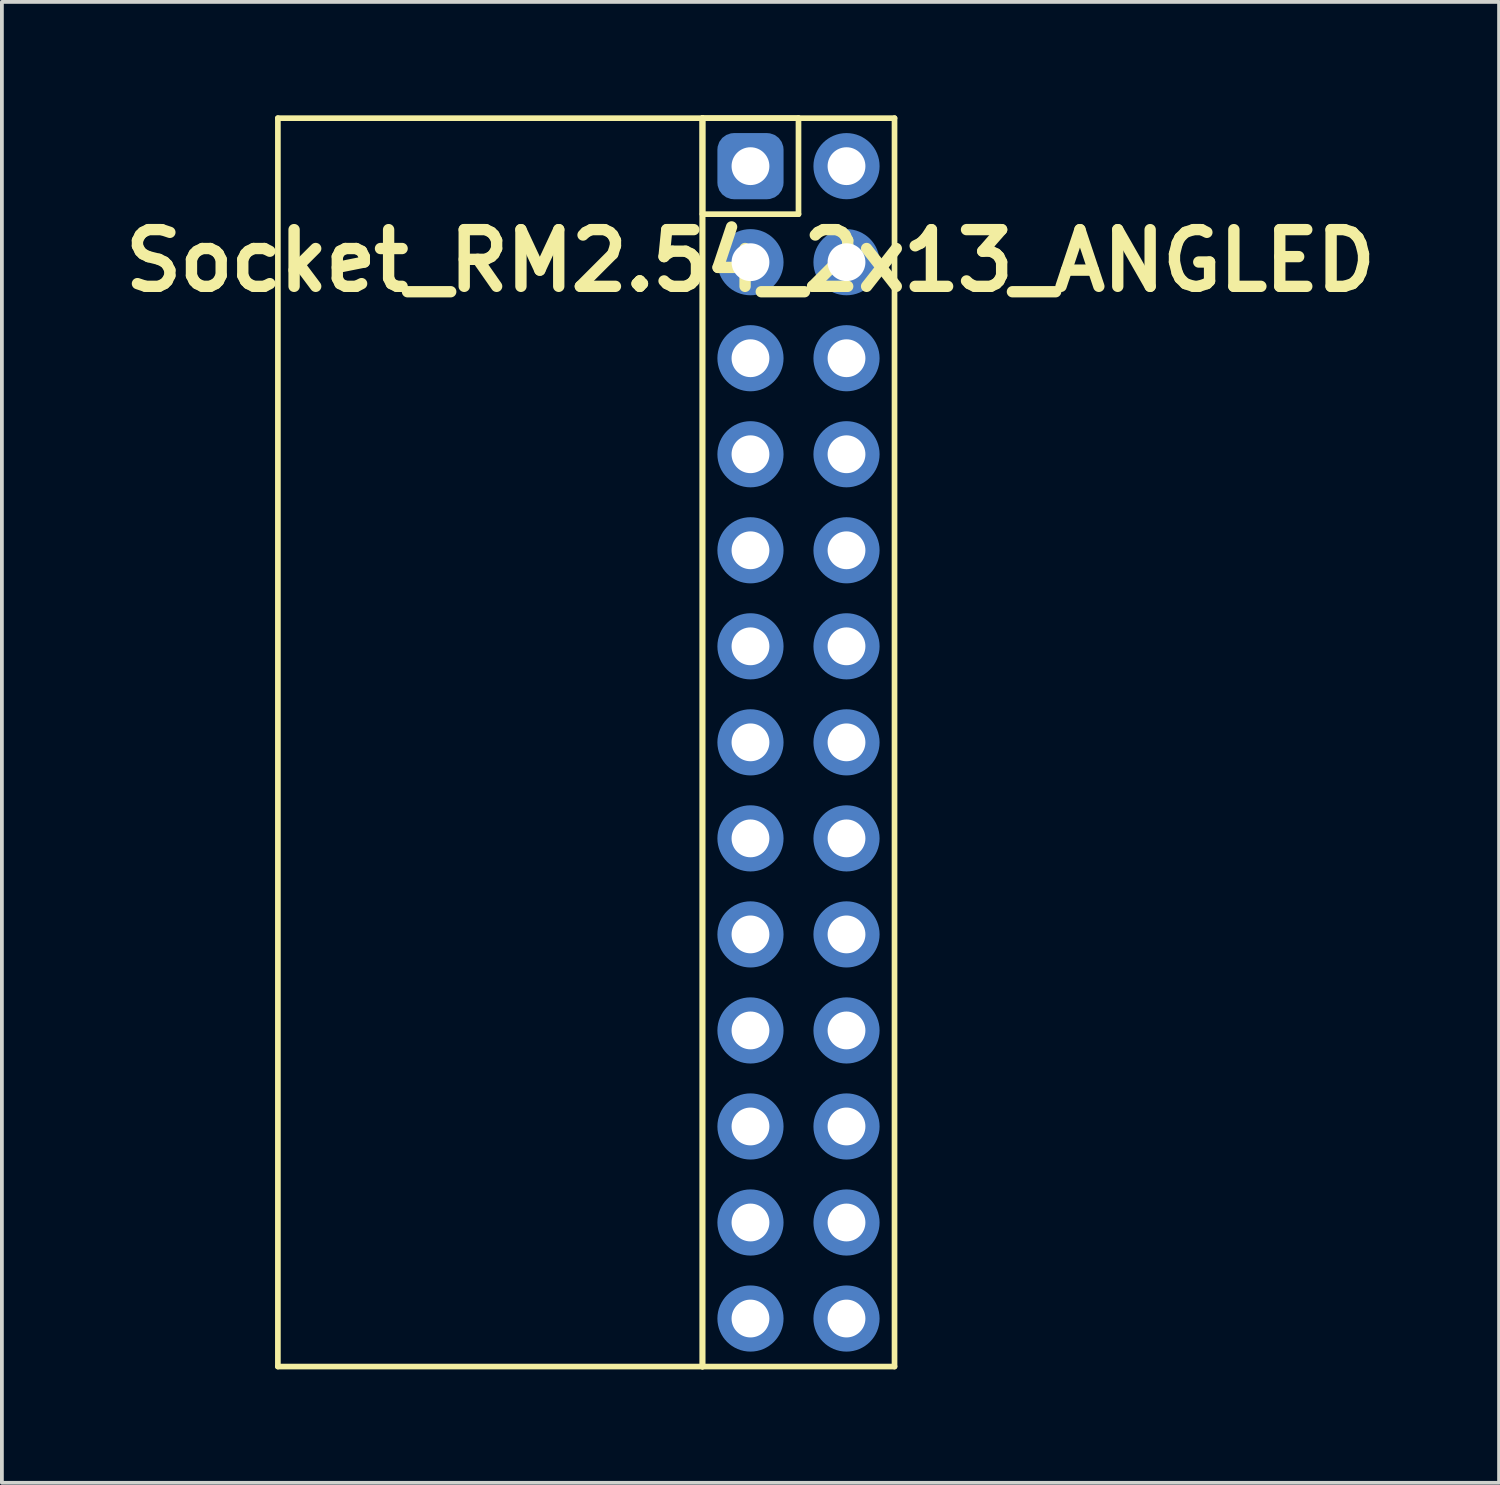
<source format=kicad_pcb>
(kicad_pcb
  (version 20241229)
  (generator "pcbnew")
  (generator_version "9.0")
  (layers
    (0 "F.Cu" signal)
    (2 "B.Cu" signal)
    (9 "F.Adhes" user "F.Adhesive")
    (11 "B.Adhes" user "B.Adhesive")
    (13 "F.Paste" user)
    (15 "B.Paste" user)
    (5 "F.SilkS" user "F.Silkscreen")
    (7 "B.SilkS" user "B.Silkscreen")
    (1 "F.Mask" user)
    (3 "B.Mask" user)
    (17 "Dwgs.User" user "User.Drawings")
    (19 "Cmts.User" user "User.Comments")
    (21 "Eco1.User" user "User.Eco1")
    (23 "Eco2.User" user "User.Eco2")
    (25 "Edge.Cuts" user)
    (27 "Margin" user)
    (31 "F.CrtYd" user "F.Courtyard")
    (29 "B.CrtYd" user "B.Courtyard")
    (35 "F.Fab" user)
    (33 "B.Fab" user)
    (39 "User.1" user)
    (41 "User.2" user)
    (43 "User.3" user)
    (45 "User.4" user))
  (footprint "Socket_RM2.54_2x13_ANGLED"
    (layer "F.Cu")
    (at 16.8 1.345)
    (property "Reference" "Socket_RM2.54_2x13_ANGLED" (at 0 2.5 0) (layer "F.SilkS") (effects (font (size 1.5 1.5) (thickness 0.3))))
    (attr through_hole)
    (fp_line (start -12.5 -1.27) (end -1.27 -1.27) (stroke (width 0.15) (type solid)) (layer "F.SilkS"))
    (fp_line (start -12.5 31.75) (end -12.5 -1.27) (stroke (width 0.15) (type solid)) (layer "F.SilkS"))
    (fp_line (start -1.27 -1.27) (end -1.27 31.75) (stroke (width 0.15) (type solid)) (layer "F.SilkS"))
    (fp_line (start -1.27 -1.27) (end 1.27 -1.27) (stroke (width 0.15) (type solid)) (layer "F.SilkS"))
    (fp_line (start -1.27 -1.27) (end 3.81 -1.27) (stroke (width 0.15) (type solid)) (layer "F.SilkS"))
    (fp_line (start -1.27 1.27) (end -1.27 -1.27) (stroke (width 0.15) (type solid)) (layer "F.SilkS"))
    (fp_line (start -1.27 31.75) (end -12.5 31.75) (stroke (width 0.15) (type solid)) (layer "F.SilkS"))
    (fp_line (start -1.27 31.75) (end -1.27 -1.27) (stroke (width 0.15) (type solid)) (layer "F.SilkS"))
    (fp_line (start 1.27 -1.27) (end 1.27 1.27) (stroke (width 0.15) (type solid)) (layer "F.SilkS"))
    (fp_line (start 1.27 1.27) (end -1.27 1.27) (stroke (width 0.15) (type solid)) (layer "F.SilkS"))
    (fp_line (start 3.81 -1.27) (end 3.81 31.75) (stroke (width 0.15) (type solid)) (layer "F.SilkS"))
    (fp_line (start 3.81 31.75) (end -1.27 31.75) (stroke (width 0.15) (type solid)) (layer "F.SilkS"))
    (pad "1" thru_hole circle (at 0 0) (size 1.3 1.3) (drill 1) (layers "*.Cu" "*.Mask"))
    (pad "1" smd roundrect (at 0 0) (size 1.5 1.5) (layers "F.Cu" "F.Mask") (roundrect_rratio 0.25))
    (pad "1" smd roundrect (at 0 0) (size 1.75 1.75) (layers "B.Cu" "B.Mask") (roundrect_rratio 0.25))
    (pad "2" thru_hole circle (at 2.54 0) (size 1.3 1.3) (drill 1) (layers "*.Cu" "*.Mask"))
    (pad "2" smd circle (at 2.54 0) (size 1.5 1.5) (layers "F.Cu" "F.Mask"))
    (pad "2" smd circle (at 2.54 0) (size 1.75 1.75) (layers "B.Cu" "B.Mask"))
    (pad "3" thru_hole circle (at 0 2.54) (size 1.3 1.3) (drill 1) (layers "*.Cu" "*.Mask"))
    (pad "3" smd circle (at 0 2.54) (size 1.5 1.5) (layers "F.Cu" "F.Mask"))
    (pad "3" smd circle (at 0 2.54) (size 1.75 1.75) (layers "B.Cu" "B.Mask"))
    (pad "4" thru_hole circle (at 2.54 2.54) (size 1.3 1.3) (drill 1) (layers "*.Cu" "*.Mask"))
    (pad "4" smd circle (at 2.54 2.54) (size 1.5 1.5) (layers "F.Cu" "F.Mask"))
    (pad "4" smd circle (at 2.54 2.54) (size 1.75 1.75) (layers "B.Cu" "B.Mask"))
    (pad "5" thru_hole circle (at 0 5.08) (size 1.3 1.3) (drill 1) (layers "*.Cu" "*.Mask"))
    (pad "5" smd circle (at 0 5.08) (size 1.5 1.5) (layers "F.Cu" "F.Mask"))
    (pad "5" smd circle (at 0 5.08) (size 1.75 1.75) (layers "B.Cu" "B.Mask"))
    (pad "6" thru_hole circle (at 2.54 5.08) (size 1.3 1.3) (drill 1) (layers "*.Cu" "*.Mask"))
    (pad "6" smd circle (at 2.54 5.08) (size 1.5 1.5) (layers "F.Cu" "F.Mask"))
    (pad "6" smd circle (at 2.54 5.08) (size 1.75 1.75) (layers "B.Cu" "B.Mask"))
    (pad "7" thru_hole circle (at 0 7.62) (size 1.3 1.3) (drill 1) (layers "*.Cu" "*.Mask"))
    (pad "7" smd circle (at 0 7.62) (size 1.5 1.5) (layers "F.Cu" "F.Mask"))
    (pad "7" smd circle (at 0 7.62) (size 1.75 1.75) (layers "B.Cu" "B.Mask"))
    (pad "8" thru_hole circle (at 2.54 7.62) (size 1.3 1.3) (drill 1) (layers "*.Cu" "*.Mask"))
    (pad "8" smd circle (at 2.54 7.62) (size 1.5 1.5) (layers "F.Cu" "F.Mask"))
    (pad "8" smd circle (at 2.54 7.62) (size 1.75 1.75) (layers "B.Cu" "B.Mask"))
    (pad "9" thru_hole circle (at 0 10.16) (size 1.3 1.3) (drill 1) (layers "*.Cu" "*.Mask"))
    (pad "9" smd circle (at 0 10.16) (size 1.5 1.5) (layers "F.Cu" "F.Mask"))
    (pad "9" smd circle (at 0 10.16) (size 1.75 1.75) (layers "B.Cu" "B.Mask"))
    (pad "10" thru_hole circle (at 2.54 10.16) (size 1.3 1.3) (drill 1) (layers "*.Cu" "*.Mask"))
    (pad "10" smd circle (at 2.54 10.16) (size 1.5 1.5) (layers "F.Cu" "F.Mask"))
    (pad "10" smd circle (at 2.54 10.16) (size 1.75 1.75) (layers "B.Cu" "B.Mask"))
    (pad "11" thru_hole circle (at 0 12.7) (size 1.3 1.3) (drill 1) (layers "*.Cu" "*.Mask"))
    (pad "11" smd circle (at 0 12.7) (size 1.5 1.5) (layers "F.Cu" "F.Mask"))
    (pad "11" smd circle (at 0 12.7) (size 1.75 1.75) (layers "B.Cu" "B.Mask"))
    (pad "12" thru_hole circle (at 2.54 12.7) (size 1.3 1.3) (drill 1) (layers "*.Cu" "*.Mask"))
    (pad "12" smd circle (at 2.54 12.7) (size 1.5 1.5) (layers "F.Cu" "F.Mask"))
    (pad "12" smd circle (at 2.54 12.7) (size 1.75 1.75) (layers "B.Cu" "B.Mask"))
    (pad "13" thru_hole circle (at 0 15.24) (size 1.3 1.3) (drill 1) (layers "*.Cu" "*.Mask"))
    (pad "13" smd circle (at 0 15.24) (size 1.5 1.5) (layers "F.Cu" "F.Mask"))
    (pad "13" smd circle (at 0 15.24) (size 1.75 1.75) (layers "B.Cu" "B.Mask"))
    (pad "14" thru_hole circle (at 2.54 15.24) (size 1.3 1.3) (drill 1) (layers "*.Cu" "*.Mask"))
    (pad "14" smd circle (at 2.54 15.24) (size 1.5 1.5) (layers "F.Cu" "F.Mask"))
    (pad "14" smd circle (at 2.54 15.24) (size 1.75 1.75) (layers "B.Cu" "B.Mask"))
    (pad "15" thru_hole circle (at 0 17.78) (size 1.3 1.3) (drill 1) (layers "*.Cu" "*.Mask"))
    (pad "15" smd circle (at 0 17.78) (size 1.5 1.5) (layers "F.Cu" "F.Mask"))
    (pad "15" smd circle (at 0 17.78) (size 1.75 1.75) (layers "B.Cu" "B.Mask"))
    (pad "16" thru_hole circle (at 2.54 17.78) (size 1.3 1.3) (drill 1) (layers "*.Cu" "*.Mask"))
    (pad "16" smd circle (at 2.54 17.78) (size 1.5 1.5) (layers "F.Cu" "F.Mask"))
    (pad "16" smd circle (at 2.54 17.78) (size 1.75 1.75) (layers "B.Cu" "B.Mask"))
    (pad "17" thru_hole circle (at 0 20.32) (size 1.3 1.3) (drill 1) (layers "*.Cu" "*.Mask"))
    (pad "17" smd circle (at 0 20.32) (size 1.5 1.5) (layers "F.Cu" "F.Mask"))
    (pad "17" smd circle (at 0 20.32) (size 1.75 1.75) (layers "B.Cu" "B.Mask"))
    (pad "18" thru_hole circle (at 2.54 20.32) (size 1.3 1.3) (drill 1) (layers "*.Cu" "*.Mask"))
    (pad "18" smd circle (at 2.54 20.32) (size 1.5 1.5) (layers "F.Cu" "F.Mask"))
    (pad "18" smd circle (at 2.54 20.32) (size 1.75 1.75) (layers "B.Cu" "B.Mask"))
    (pad "19" thru_hole circle (at 0 22.86) (size 1.3 1.3) (drill 1) (layers "*.Cu" "*.Mask"))
    (pad "19" smd circle (at 0 22.86) (size 1.5 1.5) (layers "F.Cu" "F.Mask"))
    (pad "19" smd circle (at 0 22.86) (size 1.75 1.75) (layers "B.Cu" "B.Mask"))
    (pad "20" thru_hole circle (at 2.54 22.86) (size 1.3 1.3) (drill 1) (layers "*.Cu" "*.Mask"))
    (pad "20" smd circle (at 2.54 22.86) (size 1.5 1.5) (layers "F.Cu" "F.Mask"))
    (pad "20" smd circle (at 2.54 22.86) (size 1.75 1.75) (layers "B.Cu" "B.Mask"))
    (pad "21" thru_hole circle (at 0 25.4) (size 1.3 1.3) (drill 1) (layers "*.Cu" "*.Mask"))
    (pad "21" smd circle (at 0 25.4) (size 1.5 1.5) (layers "F.Cu" "F.Mask"))
    (pad "21" smd circle (at 0 25.4) (size 1.75 1.75) (layers "B.Cu" "B.Mask"))
    (pad "22" thru_hole circle (at 2.54 25.4) (size 1.3 1.3) (drill 1) (layers "*.Cu" "*.Mask"))
    (pad "22" smd circle (at 2.54 25.4) (size 1.5 1.5) (layers "F.Cu" "F.Mask"))
    (pad "22" smd circle (at 2.54 25.4) (size 1.75 1.75) (layers "B.Cu" "B.Mask"))
    (pad "23" thru_hole circle (at 0 27.94) (size 1.3 1.3) (drill 1) (layers "*.Cu" "*.Mask"))
    (pad "23" smd circle (at 0 27.94) (size 1.5 1.5) (layers "F.Cu" "F.Mask"))
    (pad "23" smd circle (at 0 27.94) (size 1.75 1.75) (layers "B.Cu" "B.Mask"))
    (pad "24" thru_hole circle (at 2.54 27.94) (size 1.3 1.3) (drill 1) (layers "*.Cu" "*.Mask"))
    (pad "24" smd circle (at 2.54 27.94) (size 1.5 1.5) (layers "F.Cu" "F.Mask"))
    (pad "24" smd circle (at 2.54 27.94) (size 1.75 1.75) (layers "B.Cu" "B.Mask"))
    (pad "25" thru_hole circle (at 0 30.48) (size 1.3 1.3) (drill 1) (layers "*.Cu" "*.Mask"))
    (pad "25" smd circle (at 0 30.48) (size 1.5 1.5) (layers "F.Cu" "F.Mask"))
    (pad "25" smd circle (at 0 30.48) (size 1.75 1.75) (layers "B.Cu" "B.Mask"))
    (pad "26" thru_hole circle (at 2.54 30.48) (size 1.3 1.3) (drill 1) (layers "*.Cu" "*.Mask"))
    (pad "26" smd circle (at 2.54 30.48) (size 1.5 1.5) (layers "F.Cu" "F.Mask"))
    (pad "26" smd circle (at 2.54 30.48) (size 1.75 1.75) (layers "B.Cu" "B.Mask")))
  (gr_rect
    (start -3 -3)
    (end 36.6 36.17)
    (stroke (width 0.1) (type default))
    (fill no)
    (layer "Edge.Cuts")))
</source>
